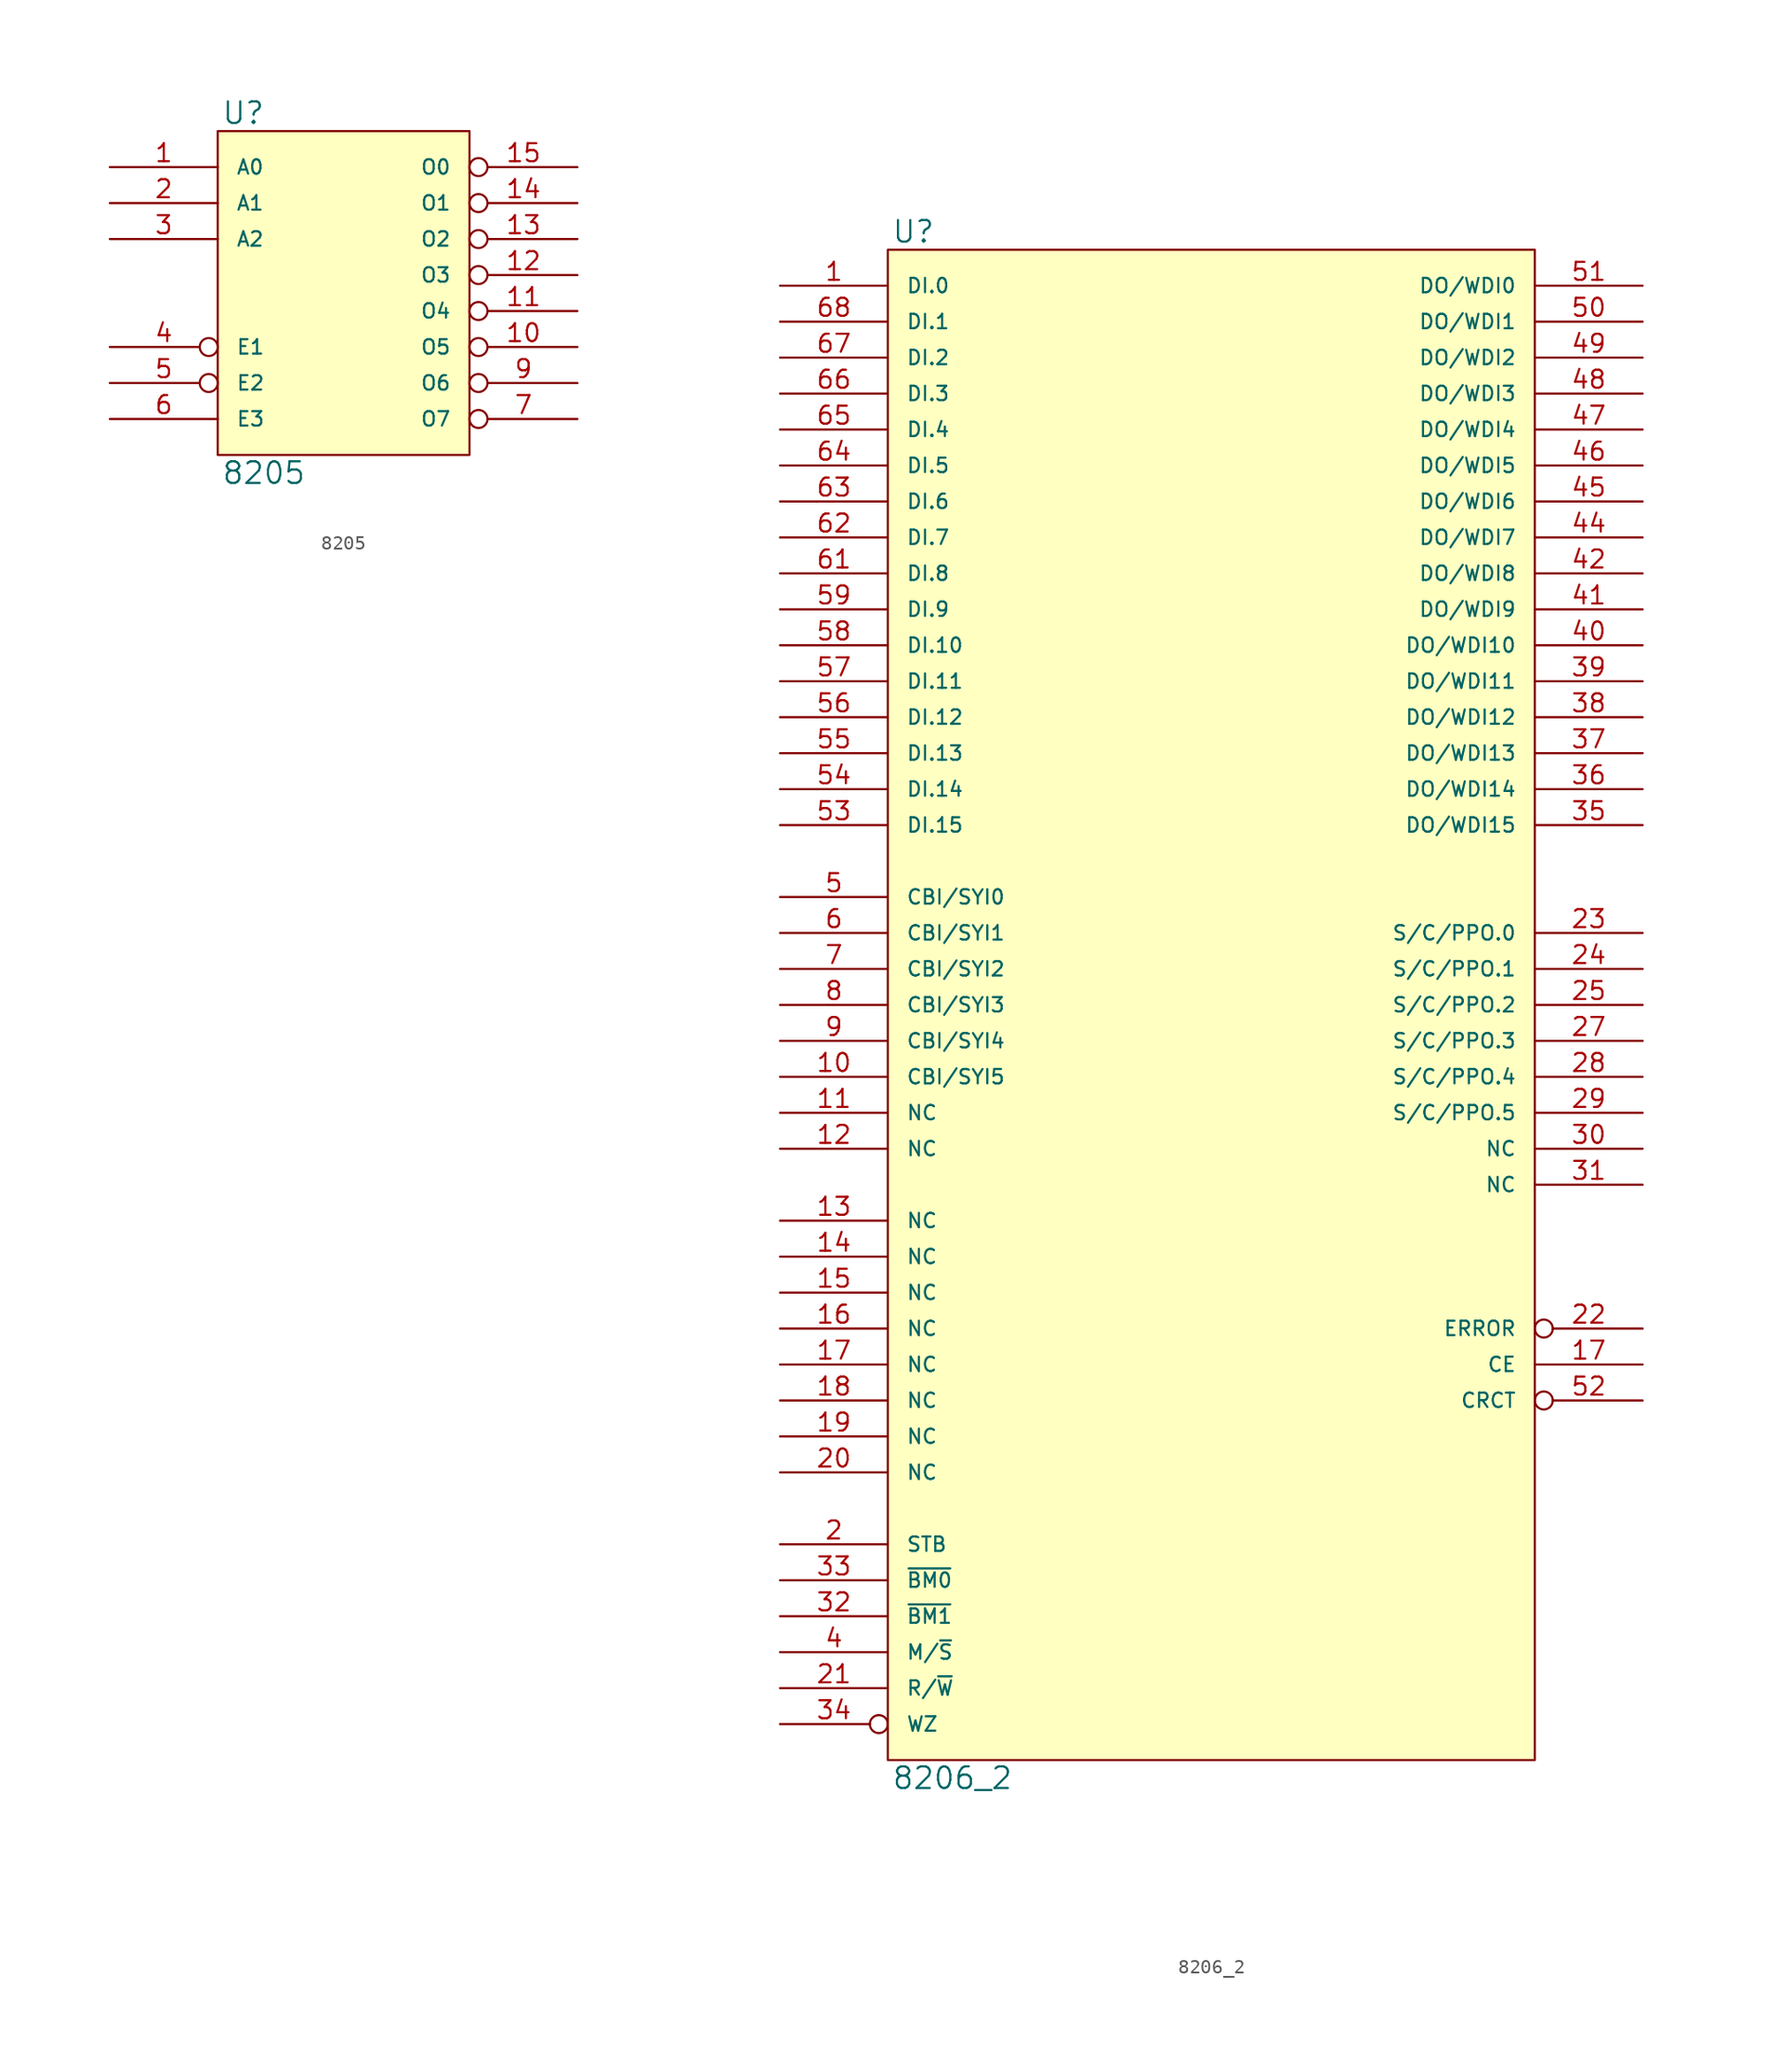
<source format=kicad_sym>
(kicad_symbol_lib
  (version 20231120)
  (generator "kicad_symbol_editor")
  (generator_version "8.0")
  (symbol "8205"
    (pin_names
      (offset 1.27))
    (property "Reference" "U"
      (at 0.254 0.381 0)
      (effects (font (size 1.524 1.524)) (justify left bottom)))
    (property "Value" "8205"
      (at 0.254 -23.241 0)
      (effects (font (size 1.524 1.524)) (justify left top)))
    (symbol "8205_0_1"
      (rectangle (start 0 0) (end 17.78 -22.86) (stroke (width 0) (type solid)) (fill (type background))))
    (symbol "8205_1_1"
      (pin input line (at -7.62 -2.54 0) (length 7.62) (name "A0" (effects (font (size 1.016 1.016)))) (number "1" (effects (font (size 1.27 1.27)))))
      (pin output inverted (at 25.4 -15.24 180) (length 7.62) (name "O5" (effects (font (size 1.016 1.016)))) (number "10" (effects (font (size 1.27 1.27)))))
      (pin output inverted (at 25.4 -12.7 180) (length 7.62) (name "O4" (effects (font (size 1.016 1.016)))) (number "11" (effects (font (size 1.27 1.27)))))
      (pin output inverted (at 25.4 -10.16 180) (length 7.62) (name "O3" (effects (font (size 1.016 1.016)))) (number "12" (effects (font (size 1.27 1.27)))))
      (pin output inverted (at 25.4 -7.62 180) (length 7.62) (name "O2" (effects (font (size 1.016 1.016)))) (number "13" (effects (font (size 1.27 1.27)))))
      (pin output inverted (at 25.4 -5.08 180) (length 7.62) (name "O1" (effects (font (size 1.016 1.016)))) (number "14" (effects (font (size 1.27 1.27)))))
      (pin output inverted (at 25.4 -2.54 180) (length 7.62) (name "O0" (effects (font (size 1.016 1.016)))) (number "15" (effects (font (size 1.27 1.27)))))
      (pin power_in line (at 0 0 270) (length 0) hide (name "VCC" (effects (font (size 1.016 1.016)))) (number "16" (effects (font (size 1.27 1.27)))))
      (pin input line (at -7.62 -5.08 0) (length 7.62) (name "A1" (effects (font (size 1.016 1.016)))) (number "2" (effects (font (size 1.27 1.27)))))
      (pin input line (at -7.62 -7.62 0) (length 7.62) (name "A2" (effects (font (size 1.016 1.016)))) (number "3" (effects (font (size 1.27 1.27)))))
      (pin input inverted (at -7.62 -15.24 0) (length 7.62) (name "E1" (effects (font (size 1.016 1.016)))) (number "4" (effects (font (size 1.27 1.27)))))
      (pin input inverted (at -7.62 -17.78 0) (length 7.62) (name "E2" (effects (font (size 1.016 1.016)))) (number "5" (effects (font (size 1.27 1.27)))))
      (pin input line (at -7.62 -20.32 0) (length 7.62) (name "E3" (effects (font (size 1.016 1.016)))) (number "6" (effects (font (size 1.27 1.27)))))
      (pin output inverted (at 25.4 -20.32 180) (length 7.62) (name "O7" (effects (font (size 1.016 1.016)))) (number "7" (effects (font (size 1.27 1.27)))))
      (pin power_in line (at 0 -22.86 90) (length 0) hide (name "GND" (effects (font (size 1.016 1.016)))) (number "8" (effects (font (size 1.27 1.27)))))
      (pin output inverted (at 25.4 -17.78 180) (length 7.62) (name "O6" (effects (font (size 1.016 1.016)))) (number "9" (effects (font (size 1.27 1.27)))))))
  (symbol "8206_2"
    (pin_names
      (offset 1.27))
    (property "Reference" "U"
      (at 0.254 0.381 0)
      (effects (font (size 1.524 1.524)) (justify left bottom)))
    (property "Value" "8206_2"
      (at 0.254 -107.061 0)
      (effects (font (size 1.524 1.524)) (justify left top)))
    (symbol "8206_2_0_1"
      (rectangle (start 0 0) (end 45.72 -106.68) (stroke (width 0) (type solid)) (fill (type background))))
    (symbol "8206_2_1_1"
      (pin input line (at -7.62 -2.54 0) (length 7.62) (name "DI.0" (effects (font (size 1.016 1.016)))) (number "1" (effects (font (size 1.27 1.27)))))
      (pin input line (at -7.62 -58.42 0) (length 7.62) (name "CBI/SYI5" (effects (font (size 1.016 1.016)))) (number "10" (effects (font (size 1.27 1.27)))))
      (pin input line (at -7.62 -60.96 0) (length 7.62) (name "NC" (effects (font (size 1.016 1.016)))) (number "11" (effects (font (size 1.27 1.27)))))
      (pin input line (at -7.62 -63.5 0) (length 7.62) (name "NC" (effects (font (size 1.016 1.016)))) (number "12" (effects (font (size 1.27 1.27)))))
      (pin input line (at -7.62 -68.58 0) (length 7.62) (name "NC" (effects (font (size 1.016 1.016)))) (number "13" (effects (font (size 1.27 1.27)))))
      (pin input line (at -7.62 -71.12 0) (length 7.62) (name "NC" (effects (font (size 1.016 1.016)))) (number "14" (effects (font (size 1.27 1.27)))))
      (pin input line (at -7.62 -73.66 0) (length 7.62) (name "NC" (effects (font (size 1.016 1.016)))) (number "15" (effects (font (size 1.27 1.27)))))
      (pin input line (at -7.62 -76.2 0) (length 7.62) (name "NC" (effects (font (size 1.016 1.016)))) (number "16" (effects (font (size 1.27 1.27)))))
      (pin bidirectional line (at 53.34 -78.74 180) (length 7.62) (name "CE" (effects (font (size 1.016 1.016)))) (number "17" (effects (font (size 1.27 1.27)))))
      (pin input line (at -7.62 -78.74 0) (length 7.62) (name "NC" (effects (font (size 1.016 1.016)))) (number "17" (effects (font (size 1.27 1.27)))))
      (pin input line (at -7.62 -81.28 0) (length 7.62) (name "NC" (effects (font (size 1.016 1.016)))) (number "18" (effects (font (size 1.27 1.27)))))
      (pin input line (at -7.62 -83.82 0) (length 7.62) (name "NC" (effects (font (size 1.016 1.016)))) (number "19" (effects (font (size 1.27 1.27)))))
      (pin input line (at -7.62 -91.44 0) (length 7.62) (name "STB" (effects (font (size 1.016 1.016)))) (number "2" (effects (font (size 1.27 1.27)))))
      (pin input line (at -7.62 -86.36 0) (length 7.62) (name "NC" (effects (font (size 1.016 1.016)))) (number "20" (effects (font (size 1.27 1.27)))))
      (pin input line (at -7.62 -101.6 0) (length 7.62) (name "R/~{W}" (effects (font (size 1.016 1.016)))) (number "21" (effects (font (size 1.27 1.27)))))
      (pin output inverted (at 53.34 -76.2 180) (length 7.62) (name "ERROR" (effects (font (size 1.016 1.016)))) (number "22" (effects (font (size 1.27 1.27)))))
      (pin output line (at 53.34 -48.26 180) (length 7.62) (name "S/C/PPO.0" (effects (font (size 1.016 1.016)))) (number "23" (effects (font (size 1.27 1.27)))))
      (pin output line (at 53.34 -50.8 180) (length 7.62) (name "S/C/PPO.1" (effects (font (size 1.016 1.016)))) (number "24" (effects (font (size 1.27 1.27)))))
      (pin output line (at 53.34 -53.34 180) (length 7.62) (name "S/C/PPO.2" (effects (font (size 1.016 1.016)))) (number "25" (effects (font (size 1.27 1.27)))))
      (pin power_in line (at 0 -106.68 90) (length 0) hide (name "VSS" (effects (font (size 1.016 1.016)))) (number "26" (effects (font (size 1.27 1.27)))))
      (pin output line (at 53.34 -55.88 180) (length 7.62) (name "S/C/PPO.3" (effects (font (size 1.016 1.016)))) (number "27" (effects (font (size 1.27 1.27)))))
      (pin output line (at 53.34 -58.42 180) (length 7.62) (name "S/C/PPO.4" (effects (font (size 1.016 1.016)))) (number "28" (effects (font (size 1.27 1.27)))))
      (pin output line (at 53.34 -60.96 180) (length 7.62) (name "S/C/PPO.5" (effects (font (size 1.016 1.016)))) (number "29" (effects (font (size 1.27 1.27)))))
      (pin power_in line (at 0 -106.68 0) (length 0) hide (name "GND" (effects (font (size 1.016 1.016)))) (number "3" (effects (font (size 1.27 1.27)))))
      (pin output line (at 53.34 -63.5 180) (length 7.62) (name "NC" (effects (font (size 1.016 1.016)))) (number "30" (effects (font (size 1.27 1.27)))))
      (pin output line (at 53.34 -66.04 180) (length 7.62) (name "NC" (effects (font (size 1.016 1.016)))) (number "31" (effects (font (size 1.27 1.27)))))
      (pin input line (at -7.62 -96.52 0) (length 7.62) (name "~{BM1}" (effects (font (size 1.016 1.016)))) (number "32" (effects (font (size 1.27 1.27)))))
      (pin input line (at -7.62 -93.98 0) (length 7.62) (name "~{BM0}" (effects (font (size 1.016 1.016)))) (number "33" (effects (font (size 1.27 1.27)))))
      (pin input inverted (at -7.62 -104.14 0) (length 7.62) (name "WZ" (effects (font (size 1.016 1.016)))) (number "34" (effects (font (size 1.27 1.27)))))
      (pin bidirectional line (at 53.34 -40.64 180) (length 7.62) (name "DO/WDI15" (effects (font (size 1.016 1.016)))) (number "35" (effects (font (size 1.27 1.27)))))
      (pin bidirectional line (at 53.34 -38.1 180) (length 7.62) (name "DO/WDI14" (effects (font (size 1.016 1.016)))) (number "36" (effects (font (size 1.27 1.27)))))
      (pin bidirectional line (at 53.34 -35.56 180) (length 7.62) (name "DO/WDI13" (effects (font (size 1.016 1.016)))) (number "37" (effects (font (size 1.27 1.27)))))
      (pin bidirectional line (at 53.34 -33.02 180) (length 7.62) (name "DO/WDI12" (effects (font (size 1.016 1.016)))) (number "38" (effects (font (size 1.27 1.27)))))
      (pin bidirectional line (at 53.34 -30.48 180) (length 7.62) (name "DO/WDI11" (effects (font (size 1.016 1.016)))) (number "39" (effects (font (size 1.27 1.27)))))
      (pin input line (at -7.62 -99.06 0) (length 7.62) (name "M/~{S}" (effects (font (size 1.016 1.016)))) (number "4" (effects (font (size 1.27 1.27)))))
      (pin bidirectional line (at 53.34 -27.94 180) (length 7.62) (name "DO/WDI10" (effects (font (size 1.016 1.016)))) (number "40" (effects (font (size 1.27 1.27)))))
      (pin bidirectional line (at 53.34 -25.4 180) (length 7.62) (name "DO/WDI9" (effects (font (size 1.016 1.016)))) (number "41" (effects (font (size 1.27 1.27)))))
      (pin bidirectional line (at 53.34 -22.86 180) (length 7.62) (name "DO/WDI8" (effects (font (size 1.016 1.016)))) (number "42" (effects (font (size 1.27 1.27)))))
      (pin power_in line (at 20.32 -106.68 90) (length 0) hide (name "VSS" (effects (font (size 1.016 1.016)))) (number "43" (effects (font (size 1.27 1.27)))))
      (pin bidirectional line (at 53.34 -20.32 180) (length 7.62) (name "DO/WDI7" (effects (font (size 1.016 1.016)))) (number "44" (effects (font (size 1.27 1.27)))))
      (pin bidirectional line (at 53.34 -17.78 180) (length 7.62) (name "DO/WDI6" (effects (font (size 1.016 1.016)))) (number "45" (effects (font (size 1.27 1.27)))))
      (pin bidirectional line (at 53.34 -15.24 180) (length 7.62) (name "DO/WDI5" (effects (font (size 1.016 1.016)))) (number "46" (effects (font (size 1.27 1.27)))))
      (pin bidirectional line (at 53.34 -12.7 180) (length 7.62) (name "DO/WDI4" (effects (font (size 1.016 1.016)))) (number "47" (effects (font (size 1.27 1.27)))))
      (pin bidirectional line (at 53.34 -10.16 180) (length 7.62) (name "DO/WDI3" (effects (font (size 1.016 1.016)))) (number "48" (effects (font (size 1.27 1.27)))))
      (pin bidirectional line (at 53.34 -7.62 180) (length 7.62) (name "DO/WDI2" (effects (font (size 1.016 1.016)))) (number "49" (effects (font (size 1.27 1.27)))))
      (pin input line (at -7.62 -45.72 0) (length 7.62) (name "CBI/SYI0" (effects (font (size 1.016 1.016)))) (number "5" (effects (font (size 1.27 1.27)))))
      (pin bidirectional line (at 53.34 -5.08 180) (length 7.62) (name "DO/WDI1" (effects (font (size 1.016 1.016)))) (number "50" (effects (font (size 1.27 1.27)))))
      (pin bidirectional line (at 53.34 -2.54 180) (length 7.62) (name "DO/WDI0" (effects (font (size 1.016 1.016)))) (number "51" (effects (font (size 1.27 1.27)))))
      (pin input inverted (at 53.34 -81.28 180) (length 7.62) (name "CRCT" (effects (font (size 1.016 1.016)))) (number "52" (effects (font (size 1.27 1.27)))))
      (pin input line (at -7.62 -40.64 0) (length 7.62) (name "DI.15" (effects (font (size 1.016 1.016)))) (number "53" (effects (font (size 1.27 1.27)))))
      (pin input line (at -7.62 -38.1 0) (length 7.62) (name "DI.14" (effects (font (size 1.016 1.016)))) (number "54" (effects (font (size 1.27 1.27)))))
      (pin input line (at -7.62 -35.56 0) (length 7.62) (name "DI.13" (effects (font (size 1.016 1.016)))) (number "55" (effects (font (size 1.27 1.27)))))
      (pin input line (at -7.62 -33.02 0) (length 7.62) (name "DI.12" (effects (font (size 1.016 1.016)))) (number "56" (effects (font (size 1.27 1.27)))))
      (pin input line (at -7.62 -30.48 0) (length 7.62) (name "DI.11" (effects (font (size 1.016 1.016)))) (number "57" (effects (font (size 1.27 1.27)))))
      (pin input line (at -7.62 -27.94 0) (length 7.62) (name "DI.10" (effects (font (size 1.016 1.016)))) (number "58" (effects (font (size 1.27 1.27)))))
      (pin input line (at -7.62 -25.4 0) (length 7.62) (name "DI.9" (effects (font (size 1.016 1.016)))) (number "59" (effects (font (size 1.27 1.27)))))
      (pin input line (at -7.62 -48.26 0) (length 7.62) (name "CBI/SYI1" (effects (font (size 1.016 1.016)))) (number "6" (effects (font (size 1.27 1.27)))))
      (pin power_in line (at 0 0 270) (length 0) hide (name "VCC" (effects (font (size 1.016 1.016)))) (number "60" (effects (font (size 1.27 1.27)))))
      (pin input line (at -7.62 -22.86 0) (length 7.62) (name "DI.8" (effects (font (size 1.016 1.016)))) (number "61" (effects (font (size 1.27 1.27)))))
      (pin input line (at -7.62 -20.32 0) (length 7.62) (name "DI.7" (effects (font (size 1.016 1.016)))) (number "62" (effects (font (size 1.27 1.27)))))
      (pin input line (at -7.62 -17.78 0) (length 7.62) (name "DI.6" (effects (font (size 1.016 1.016)))) (number "63" (effects (font (size 1.27 1.27)))))
      (pin input line (at -7.62 -15.24 0) (length 7.62) (name "DI.5" (effects (font (size 1.016 1.016)))) (number "64" (effects (font (size 1.27 1.27)))))
      (pin input line (at -7.62 -12.7 0) (length 7.62) (name "DI.4" (effects (font (size 1.016 1.016)))) (number "65" (effects (font (size 1.27 1.27)))))
      (pin input line (at -7.62 -10.16 0) (length 7.62) (name "DI.3" (effects (font (size 1.016 1.016)))) (number "66" (effects (font (size 1.27 1.27)))))
      (pin input line (at -7.62 -7.62 0) (length 7.62) (name "DI.2" (effects (font (size 1.016 1.016)))) (number "67" (effects (font (size 1.27 1.27)))))
      (pin input line (at -7.62 -5.08 0) (length 7.62) (name "DI.1" (effects (font (size 1.016 1.016)))) (number "68" (effects (font (size 1.27 1.27)))))
      (pin input line (at -7.62 -50.8 0) (length 7.62) (name "CBI/SYI2" (effects (font (size 1.016 1.016)))) (number "7" (effects (font (size 1.27 1.27)))))
      (pin input line (at -7.62 -53.34 0) (length 7.62) (name "CBI/SYI3" (effects (font (size 1.016 1.016)))) (number "8" (effects (font (size 1.27 1.27)))))
      (pin input line (at -7.62 -55.88 0) (length 7.62) (name "CBI/SYI4" (effects (font (size 1.016 1.016)))) (number "9" (effects (font (size 1.27 1.27))))))))
</source>
